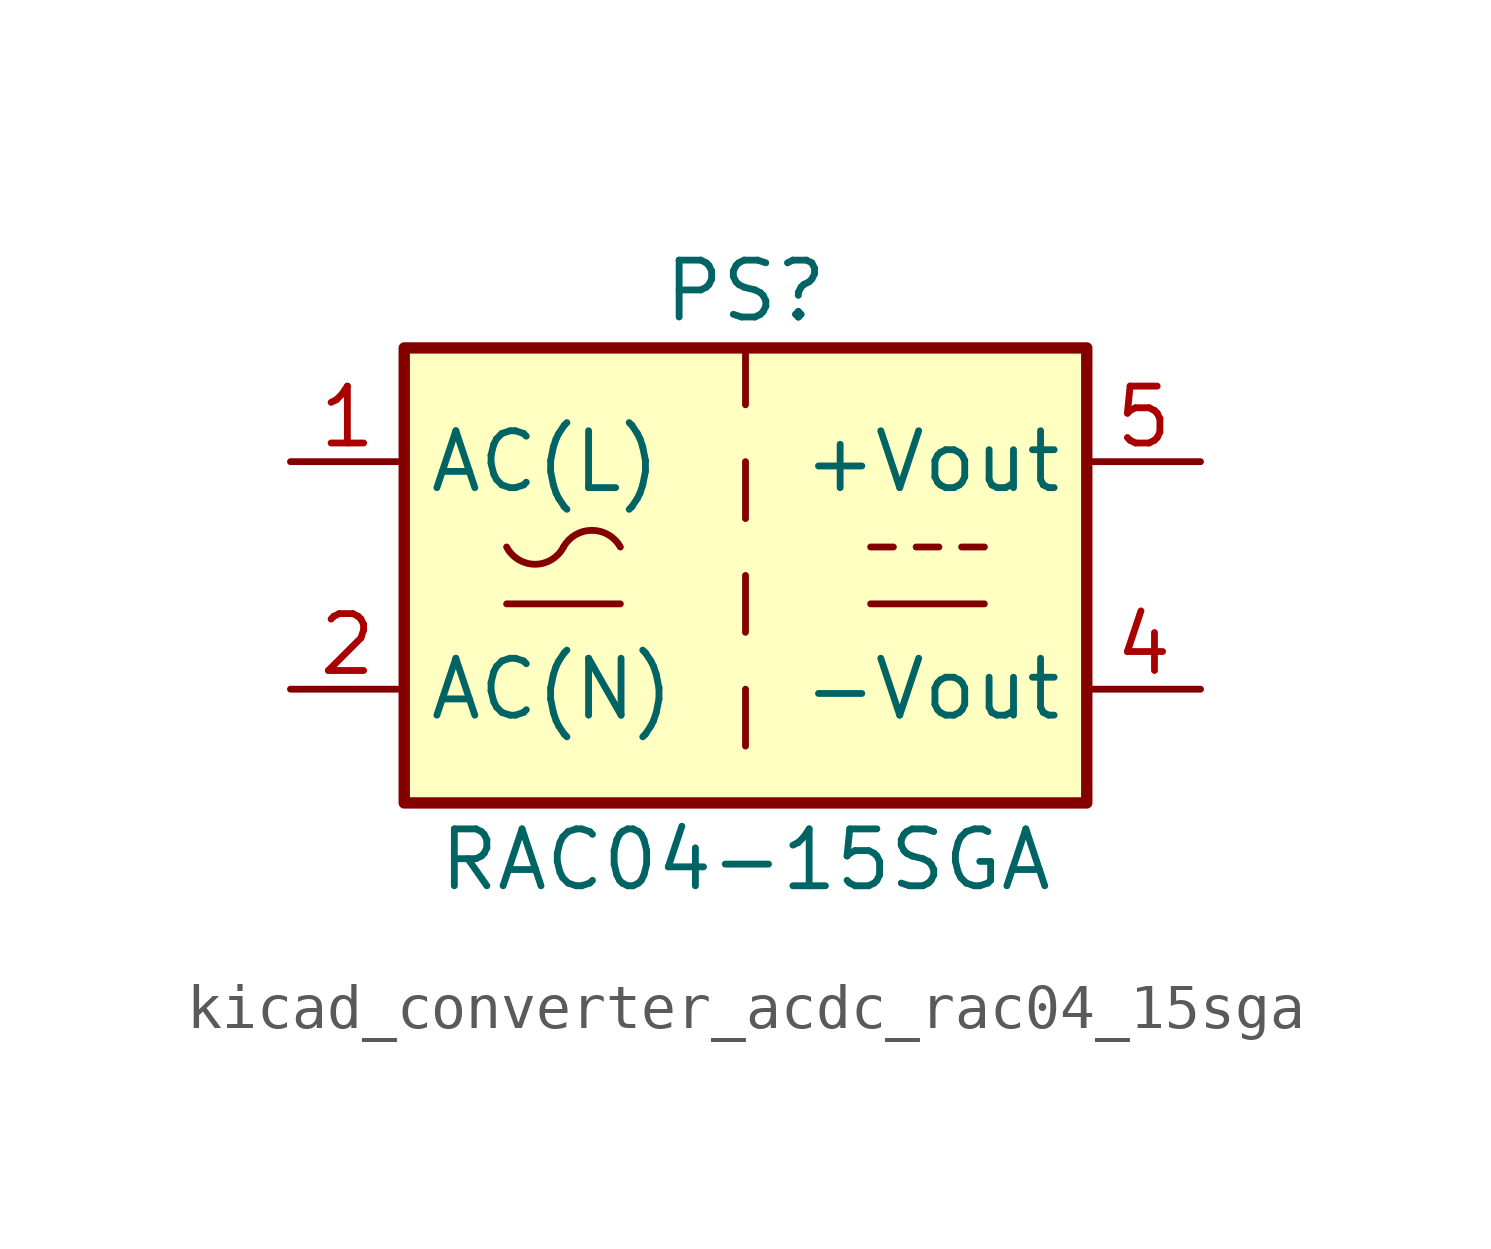
<source format=kicad_sym>
(kicad_symbol_lib
  (version 20220914)
  (generator kicad_symbol_editor)
  (symbol "kicad_converter_acdc_rac04_15sga"
    (property "Reference" "PS"
      (at 0 6.35 0)
      (effects (font (size 1.27 1.27))))
    (property "Value" "RAC04-15SGA"
      (at 0 -6.35 0)
      (effects (font (size 1.27 1.27))))
    (symbol "kicad_converter_acdc_rac04_15sga_1_1"
      (rectangle (start -7.62 5.08) (end 7.62 -5.08) (stroke (width 0.254) (type default)) (fill (type background)))
      (arc (start -5.334 0.635) (mid -4.699 0.2495) (end -4.064 0.635) (stroke (width 0) (type default)) (fill (type none)))
      (arc (start -2.794 0.635) (mid -3.429 1.0072) (end -4.064 0.635) (stroke (width 0) (type default)) (fill (type none)))
      (polyline (pts (xy -5.334 -0.635) (xy -2.794 -0.635)) (stroke (width 0) (type default)) (fill (type none)))
      (polyline (pts (xy 0 -2.54) (xy 0 -3.81)) (stroke (width 0) (type default)) (fill (type none)))
      (polyline (pts (xy 0 0) (xy 0 -1.27)) (stroke (width 0) (type default)) (fill (type none)))
      (polyline (pts (xy 0 2.54) (xy 0 1.27)) (stroke (width 0) (type default)) (fill (type none)))
      (polyline (pts (xy 0 5.08) (xy 0 3.81)) (stroke (width 0) (type default)) (fill (type none)))
      (polyline (pts (xy 2.794 -0.635) (xy 5.334 -0.635)) (stroke (width 0) (type default)) (fill (type none)))
      (polyline (pts (xy 2.794 0.635) (xy 3.302 0.635)) (stroke (width 0) (type default)) (fill (type none)))
      (polyline (pts (xy 3.81 0.635) (xy 4.318 0.635)) (stroke (width 0) (type default)) (fill (type none)))
      (polyline (pts (xy 4.826 0.635) (xy 5.334 0.635)) (stroke (width 0) (type default)) (fill (type none)))
      (pin power_in line (at -10.16 2.54 0) (length 2.54) (name "AC(L)" (effects (font (size 1.27 1.27)))) (number "1" (effects (font (size 1.27 1.27)))))
      (pin power_in line (at -10.16 -2.54 0) (length 2.54) (name "AC(N)" (effects (font (size 1.27 1.27)))) (number "2" (effects (font (size 1.27 1.27)))))
      (pin no_connect line (at 7.62 0 180) (length 2.54) hide (name "NC" (effects (font (size 1.27 1.27)))) (number "3" (effects (font (size 1.27 1.27)))))
      (pin power_out line (at 10.16 -2.54 180) (length 2.54) (name "-Vout" (effects (font (size 1.27 1.27)))) (number "4" (effects (font (size 1.27 1.27)))))
      (pin power_out line (at 10.16 2.54 180) (length 2.54) (name "+Vout" (effects (font (size 1.27 1.27)))) (number "5" (effects (font (size 1.27 1.27))))))))
</source>
